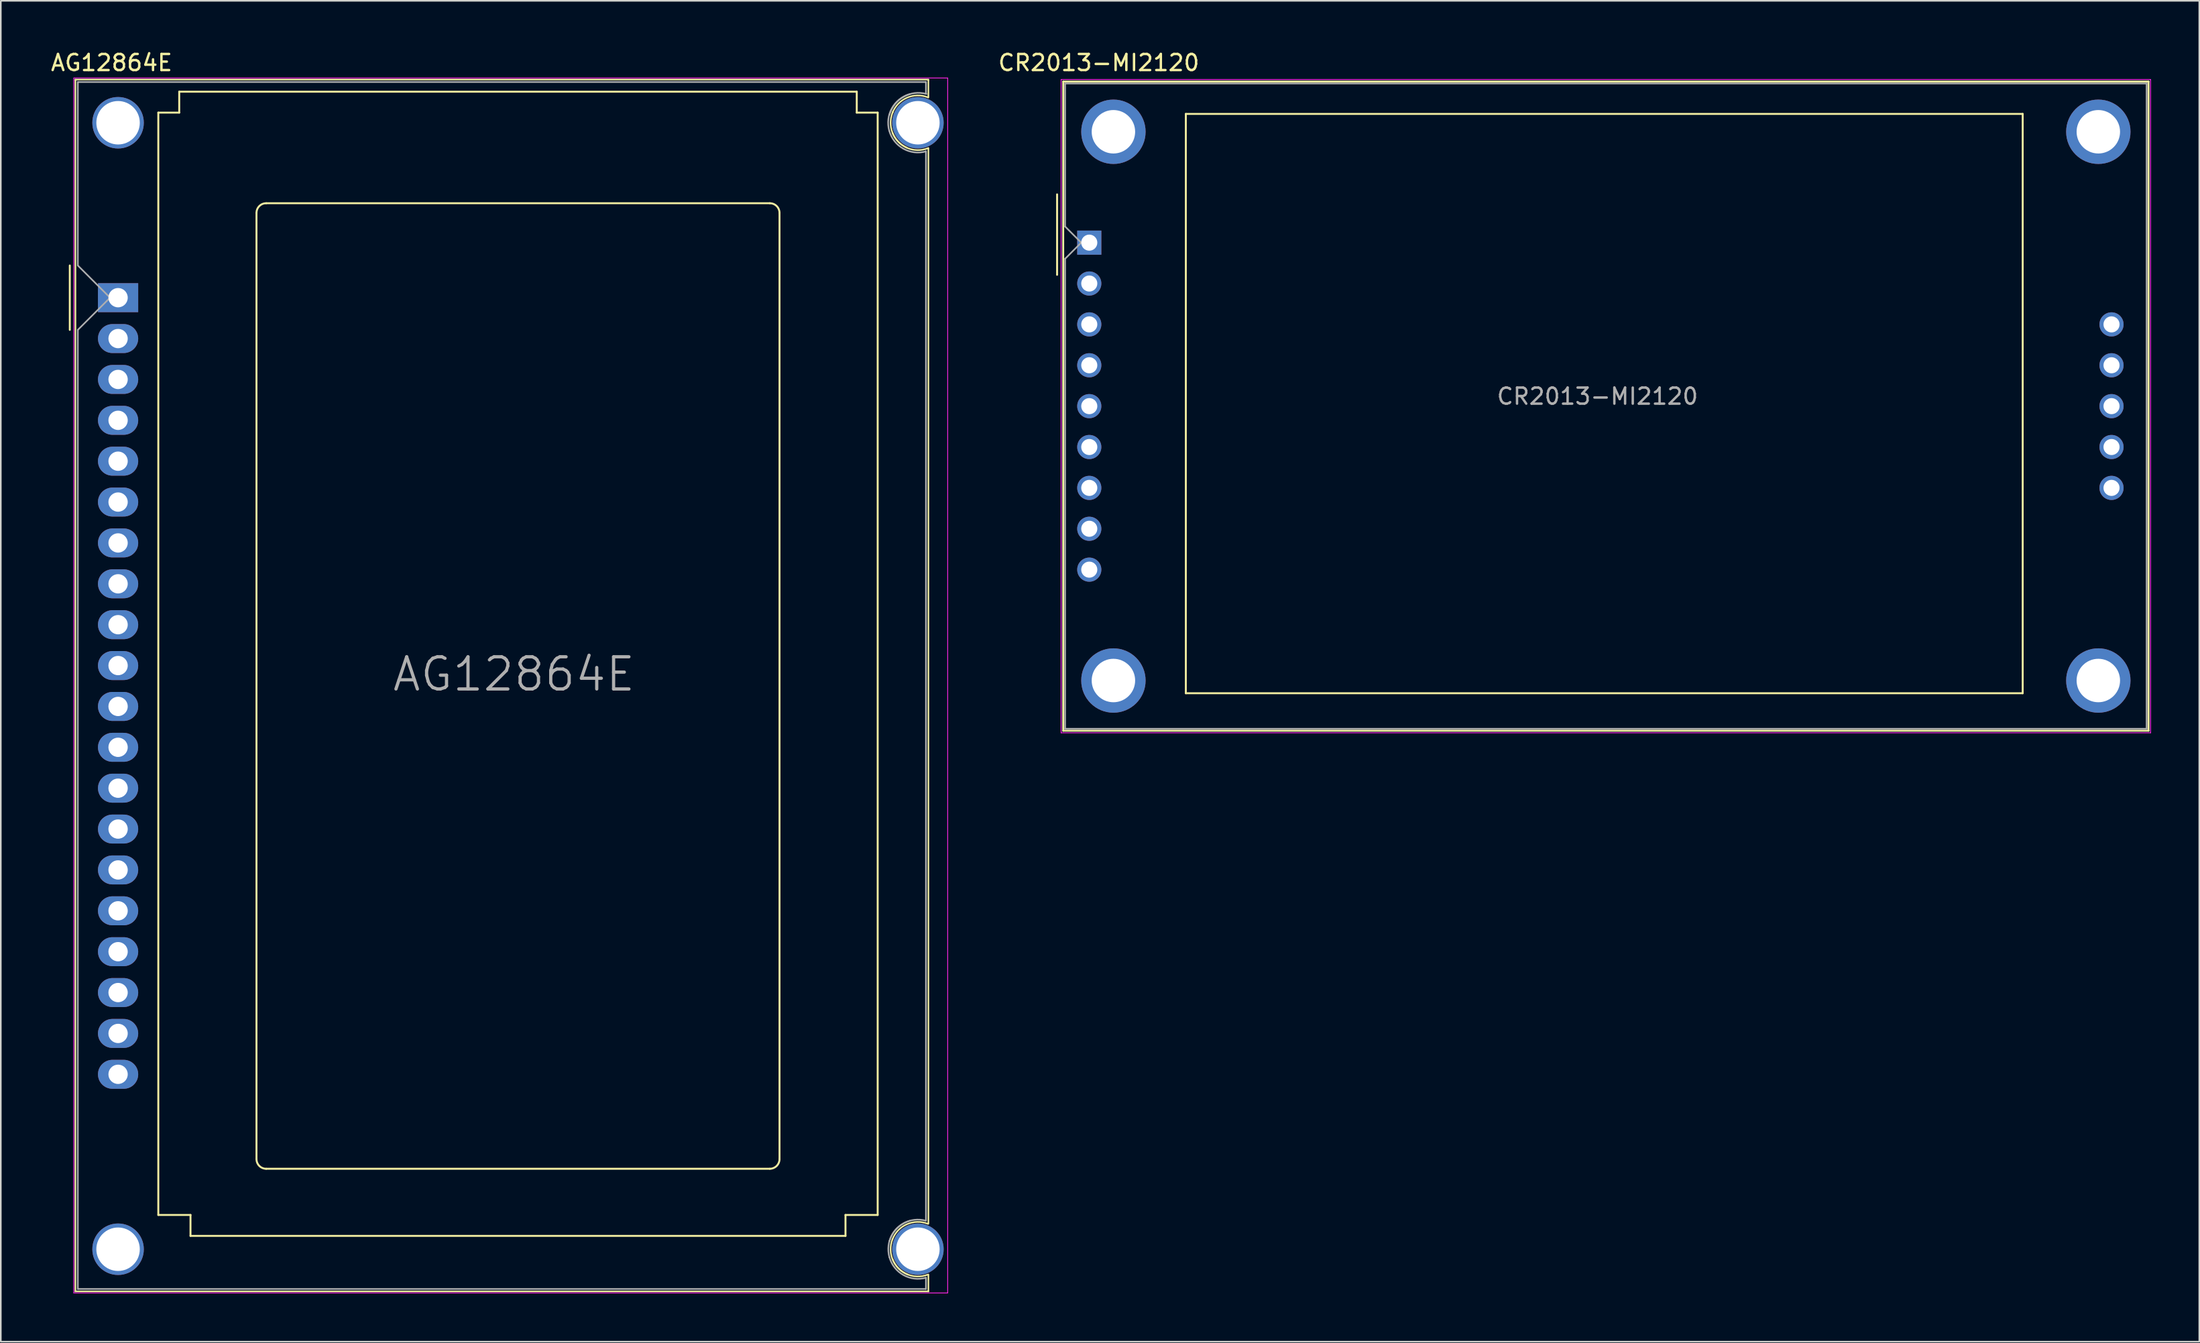
<source format=kicad_pcb>
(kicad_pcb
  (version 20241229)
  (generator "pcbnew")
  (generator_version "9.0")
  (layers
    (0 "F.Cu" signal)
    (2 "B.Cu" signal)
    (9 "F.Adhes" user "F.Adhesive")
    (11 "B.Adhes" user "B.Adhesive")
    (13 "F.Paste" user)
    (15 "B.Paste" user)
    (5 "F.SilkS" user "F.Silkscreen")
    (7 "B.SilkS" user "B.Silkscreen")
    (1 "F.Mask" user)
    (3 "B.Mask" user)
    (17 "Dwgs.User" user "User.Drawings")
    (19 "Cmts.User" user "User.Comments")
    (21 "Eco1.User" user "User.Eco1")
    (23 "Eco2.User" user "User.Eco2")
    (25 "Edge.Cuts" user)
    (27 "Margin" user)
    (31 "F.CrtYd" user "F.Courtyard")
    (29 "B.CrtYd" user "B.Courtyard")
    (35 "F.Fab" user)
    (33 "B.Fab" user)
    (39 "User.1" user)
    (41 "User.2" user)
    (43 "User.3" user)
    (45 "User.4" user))
  (footprint "CR2013-MI2120"
    (layer "F.Cu")
    (at 64.635 12.028)
    (property "Reference" "CR2013-MI2120" (at 0.59 -11.18 0) (layer "F.SilkS") (effects (font (size 1 1) (thickness 0.15))))
    (attr through_hole)
    (fp_line (start -2 -3) (end -2 2) (stroke (width 0.12) (type solid)) (layer "F.SilkS"))
    (fp_line (start -1.62 -10.01) (end 65.82 -10.01) (stroke (width 0.12) (type solid)) (layer "F.SilkS"))
    (fp_line (start -1.62 30.33) (end -1.62 -10.01) (stroke (width 0.12) (type solid)) (layer "F.SilkS"))
    (fp_line (start 6 -8) (end 58 -8) (stroke (width 0.12) (type solid)) (layer "F.SilkS"))
    (fp_line (start 6 28) (end 6 -8) (stroke (width 0.12) (type solid)) (layer "F.SilkS"))
    (fp_line (start 58 -8) (end 58 28) (stroke (width 0.12) (type solid)) (layer "F.SilkS"))
    (fp_line (start 58 28) (end 6 28) (stroke (width 0.12) (type solid)) (layer "F.SilkS"))
    (fp_line (start 65.82 -10.01) (end 65.82 30.33) (stroke (width 0.12) (type solid)) (layer "F.SilkS"))
    (fp_line (start 65.82 30.33) (end -1.62 30.33) (stroke (width 0.12) (type solid)) (layer "F.SilkS"))
    (fp_line (start -1.75 -10.14) (end 65.95 -10.14) (stroke (width 0.05) (type solid)) (layer "F.CrtYd"))
    (fp_line (start -1.75 30.46) (end -1.75 -10.14) (stroke (width 0.05) (type solid)) (layer "F.CrtYd"))
    (fp_line (start 65.95 -10.14) (end 65.95 30.46) (stroke (width 0.05) (type solid)) (layer "F.CrtYd"))
    (fp_line (start 65.95 30.46) (end -1.75 30.46) (stroke (width 0.05) (type solid)) (layer "F.CrtYd"))
    (fp_line (start -1.5 -9.89) (end 65.7 -9.89) (stroke (width 0.1) (type solid)) (layer "F.Fab"))
    (fp_line (start -1.5 -1) (end -1.5 -9.89) (stroke (width 0.1) (type solid)) (layer "F.Fab"))
    (fp_line (start -1.5 1) (end -0.5 0) (stroke (width 0.1) (type solid)) (layer "F.Fab"))
    (fp_line (start -1.5 30.21) (end -1.5 1) (stroke (width 0.1) (type solid)) (layer "F.Fab"))
    (fp_line (start -0.5 0) (end -1.5 -1) (stroke (width 0.1) (type solid)) (layer "F.Fab"))
    (fp_line (start 65.7 -9.89) (end 65.7 30.21) (stroke (width 0.1) (type solid)) (layer "F.Fab"))
    (fp_line (start 65.7 30.21) (end -1.5 30.21) (stroke (width 0.1) (type solid)) (layer "F.Fab"))
    (fp_text user "${REFERENCE}" (at 31.58 9.55 0) (layer "F.Fab") (effects (font (size 1 1) (thickness 0.15))))
    (pad "" thru_hole circle (at 1.5 -6.89) (size 4 4) (drill 2.7) (layers "*.Cu" "*.Mask"))
    (pad "" thru_hole circle (at 1.5 27.21) (size 4 4) (drill 2.7) (layers "*.Cu" "*.Mask"))
    (pad "" thru_hole circle (at 62.7 -6.89) (size 4 4) (drill 2.7) (layers "*.Cu" "*.Mask"))
    (pad "" thru_hole circle (at 62.7 27.21) (size 4 4) (drill 2.7) (layers "*.Cu" "*.Mask"))
    (pad "1" thru_hole rect (at 0 0) (size 1.5 1.5) (drill 1) (layers "*.Cu" "*.Mask"))
    (pad "2" thru_hole circle (at 0 2.54) (size 1.5 1.5) (drill 1) (layers "*.Cu" "*.Mask"))
    (pad "3" thru_hole circle (at 0 5.08) (size 1.5 1.5) (drill 1) (layers "*.Cu" "*.Mask"))
    (pad "4" thru_hole circle (at 0 7.62) (size 1.5 1.5) (drill 1) (layers "*.Cu" "*.Mask"))
    (pad "5" thru_hole circle (at 0 10.16) (size 1.5 1.5) (drill 1) (layers "*.Cu" "*.Mask"))
    (pad "6" thru_hole circle (at 0 12.7) (size 1.5 1.5) (drill 1) (layers "*.Cu" "*.Mask"))
    (pad "7" thru_hole circle (at 0 15.24) (size 1.5 1.5) (drill 1) (layers "*.Cu" "*.Mask"))
    (pad "8" thru_hole circle (at 0 17.78) (size 1.5 1.5) (drill 1) (layers "*.Cu" "*.Mask"))
    (pad "9" thru_hole circle (at 0 20.32) (size 1.5 1.5) (drill 1) (layers "*.Cu" "*.Mask"))
    (pad "10" thru_hole circle (at 63.52 5.08) (size 1.5 1.5) (drill 1) (layers "*.Cu" "*.Mask"))
    (pad "11" thru_hole circle (at 63.52 7.62) (size 1.5 1.5) (drill 1) (layers "*.Cu" "*.Mask"))
    (pad "12" thru_hole circle (at 63.52 10.16) (size 1.5 1.5) (drill 1) (layers "*.Cu" "*.Mask"))
    (pad "13" thru_hole circle (at 63.52 12.7) (size 1.5 1.5) (drill 1) (layers "*.Cu" "*.Mask"))
    (pad "14" thru_hole circle (at 63.52 15.24) (size 1.5 1.5) (drill 1) (layers "*.Cu" "*.Mask")))
  (footprint "AG12864E"
    (layer "F.Cu")
    (at 4.287 15.448)
    (property "Reference" "AG12864E" (at -0.4 -14.6 0) (layer "F.SilkS") (effects (font (size 1 1) (thickness 0.15))))
    (attr through_hole)
    (fp_line (start -3 -2) (end -3 2) (stroke (width 0.12) (type solid)) (layer "F.SilkS"))
    (fp_line (start -2.65 -13.55) (end -2.65 61.75) (stroke (width 0.1) (type solid)) (layer "F.SilkS"))
    (fp_line (start -2.65 61.75) (end 50.35 61.75) (stroke (width 0.1) (type solid)) (layer "F.SilkS"))
    (fp_line (start 2.5 57) (end 2.5 -11.5) (stroke (width 0.12) (type solid)) (layer "F.SilkS"))
    (fp_line (start 2.5 57) (end 4.5 57) (stroke (width 0.12) (type solid)) (layer "F.SilkS"))
    (fp_line (start 3.8 -12.8) (end 3.8 -11.5) (stroke (width 0.12) (type solid)) (layer "F.SilkS"))
    (fp_line (start 3.8 -12.8) (end 45.9 -12.8) (stroke (width 0.12) (type solid)) (layer "F.SilkS"))
    (fp_line (start 3.8 -11.5) (end 2.5 -11.5) (stroke (width 0.12) (type solid)) (layer "F.SilkS"))
    (fp_line (start 4.5 57) (end 4.5 58.3) (stroke (width 0.12) (type solid)) (layer "F.SilkS"))
    (fp_line (start 8.6 -5.27) (end 8.6 53.53) (stroke (width 0.12) (type solid)) (layer "F.SilkS"))
    (fp_line (start 9.2 54.13) (end 40.5 54.13) (stroke (width 0.12) (type solid)) (layer "F.SilkS"))
    (fp_line (start 40.5 -5.87) (end 9.21 -5.87) (stroke (width 0.12) (type solid)) (layer "F.SilkS"))
    (fp_line (start 41.1 53.53) (end 41.1 -5.27) (stroke (width 0.12) (type solid)) (layer "F.SilkS"))
    (fp_line (start 45.2 57) (end 45.2 58.3) (stroke (width 0.12) (type solid)) (layer "F.SilkS"))
    (fp_line (start 45.2 58.3) (end 4.5 58.3) (stroke (width 0.12) (type solid)) (layer "F.SilkS"))
    (fp_line (start 45.9 -11.5) (end 45.9 -12.8) (stroke (width 0.12) (type solid)) (layer "F.SilkS"))
    (fp_line (start 47.2 -11.5) (end 45.9 -11.5) (stroke (width 0.12) (type solid)) (layer "F.SilkS"))
    (fp_line (start 47.2 -11.5) (end 47.2 57) (stroke (width 0.12) (type solid)) (layer "F.SilkS"))
    (fp_line (start 47.2 57) (end 45.2 57) (stroke (width 0.12) (type solid)) (layer "F.SilkS"))
    (fp_line (start 50.35 -13.55) (end -2.65 -13.55) (stroke (width 0.1) (type solid)) (layer "F.SilkS"))
    (fp_line (start 50.35 -13.54) (end 50.35 -12.44) (stroke (width 0.1) (type solid)) (layer "F.SilkS"))
    (fp_line (start 50.35 57.55) (end 50.35 -9.3) (stroke (width 0.1) (type solid)) (layer "F.SilkS"))
    (fp_line (start 50.35 61.75) (end 50.35 60.7) (stroke (width 0.1) (type solid)) (layer "F.SilkS"))
    (fp_arc (start 8.6 -5.27) (mid 8.775736 -5.694264) (end 9.2 -5.87) (stroke (width 0.12) (type solid)) (layer "F.SilkS"))
    (fp_arc (start 9.2 54.13) (mid 8.775736 53.954264) (end 8.6 53.53) (stroke (width 0.12) (type solid)) (layer "F.SilkS"))
    (fp_arc (start 40.5 -5.87) (mid 40.924264 -5.694264) (end 41.1 -5.27) (stroke (width 0.12) (type solid)) (layer "F.SilkS"))
    (fp_arc (start 41.1 53.53) (mid 40.924264 53.954264) (end 40.5 54.13) (stroke (width 0.12) (type solid)) (layer "F.SilkS"))
    (fp_arc (start 48.12 -11.49) (mid 49.021177 -12.425635) (end 50.32 -12.45) (stroke (width 0.1) (type solid)) (layer "F.SilkS"))
    (fp_arc (start 48.12 58.51) (mid 49.021177 57.574365) (end 50.32 57.55) (stroke (width 0.1) (type solid)) (layer "F.SilkS"))
    (fp_arc (start 49.01 -9.32) (mid 48.116081 -10.261888) (end 48.15 -11.56) (stroke (width 0.1) (type solid)) (layer "F.SilkS"))
    (fp_arc (start 49.08 60.71) (mid 48.144365 59.808823) (end 48.12 58.51) (stroke (width 0.1) (type solid)) (layer "F.SilkS"))
    (fp_arc (start 50.31 60.71) (mid 49.014106 60.678564) (end 48.12 59.74) (stroke (width 0.1) (type solid)) (layer "F.SilkS"))
    (fp_arc (start 50.33 -9.29) (mid 49.028249 -9.307294) (end 48.12 -10.24) (stroke (width 0.1) (type solid)) (layer "F.SilkS"))
    (fp_line (start -2.75 -13.65) (end -2.75 61.85) (stroke (width 0.05) (type solid)) (layer "F.CrtYd"))
    (fp_line (start -2.75 -13.65) (end 51.55 -13.65) (stroke (width 0.05) (type solid)) (layer "F.CrtYd"))
    (fp_line (start -2.75 61.85) (end 51.55 61.85) (stroke (width 0.05) (type solid)) (layer "F.CrtYd"))
    (fp_line (start 51.55 -13.65) (end 51.55 61.85) (stroke (width 0.05) (type solid)) (layer "F.CrtYd"))
    (fp_line (start -2.5 -13.4) (end -2.5 -2) (stroke (width 0.1) (type solid)) (layer "F.Fab"))
    (fp_line (start -2.5 -13.4) (end 50.2 -13.4) (stroke (width 0.1) (type solid)) (layer "F.Fab"))
    (fp_line (start -2.5 -2) (end -0.5 0) (stroke (width 0.1) (type solid)) (layer "F.Fab"))
    (fp_line (start -2.5 2) (end -2.5 61.6) (stroke (width 0.1) (type solid)) (layer "F.Fab"))
    (fp_line (start -2.5 61.6) (end 50.2 61.6) (stroke (width 0.1) (type solid)) (layer "F.Fab"))
    (fp_line (start -0.5 0) (end -2.5 2) (stroke (width 0.1) (type solid)) (layer "F.Fab"))
    (fp_line (start 50.2 -13.4) (end 50.2 -12.7) (stroke (width 0.1) (type solid)) (layer "F.Fab"))
    (fp_line (start 50.2 -9.1) (end 50.2 57.35) (stroke (width 0.1) (type solid)) (layer "F.Fab"))
    (fp_line (start 50.2 61.6) (end 50.2 60.9) (stroke (width 0.1) (type solid)) (layer "F.Fab"))
    (fp_arc (start 47.92 -10.37) (mid 48.087797 -11.775097) (end 49.2 -12.65) (stroke (width 0.1) (type solid)) (layer "F.Fab"))
    (fp_arc (start 47.93 -11.36) (mid 48.810761 -12.486346) (end 50.23 -12.66) (stroke (width 0.1) (type solid)) (layer "F.Fab"))
    (fp_arc (start 47.93 58.63) (mid 48.801974 57.524868) (end 50.2 57.36) (stroke (width 0.1) (type solid)) (layer "F.Fab"))
    (fp_arc (start 47.93 59.63) (mid 48.094868 58.231974) (end 49.2 57.36) (stroke (width 0.1) (type solid)) (layer "F.Fab"))
    (fp_arc (start 50.2 -9.09) (mid 48.794903 -9.257797) (end 47.92 -10.37) (stroke (width 0.1) (type solid)) (layer "F.Fab"))
    (fp_arc (start 50.2 60.9) (mid 48.801974 60.735132) (end 47.93 59.63) (stroke (width 0.1) (type solid)) (layer "F.Fab"))
    (fp_text user "${REFERENCE}" (at 24.6 23.4 0) (layer "F.Fab") (effects (font (size 2 2) (thickness 0.2))))
    (pad "" thru_hole circle (at 0 -10.87 270) (size 3.2 3.2) (drill 2.7) (layers "*.Cu" "*.Mask"))
    (pad "" thru_hole circle (at 0 59.13 270) (size 3.2 3.2) (drill 2.7) (layers "*.Cu" "*.Mask"))
    (pad "" thru_hole circle (at 49.7 -10.87 270) (size 3.2 3.2) (drill 2.7) (layers "*.Cu" "*.Mask"))
    (pad "" thru_hole circle (at 49.7 59.13 270) (size 3.2 3.2) (drill 2.7) (layers "*.Cu" "*.Mask"))
    (pad "1" thru_hole rect (at 0 0 270) (size 1.8 2.5) (drill 1.2) (layers "*.Cu" "*.Mask"))
    (pad "2" thru_hole oval (at 0 2.54 270) (size 1.8 2.5) (drill 1.2) (layers "*.Cu" "*.Mask"))
    (pad "3" thru_hole oval (at 0 5.08 270) (size 1.8 2.5) (drill 1.2) (layers "*.Cu" "*.Mask"))
    (pad "4" thru_hole oval (at 0 7.62 270) (size 1.8 2.5) (drill 1.2) (layers "*.Cu" "*.Mask"))
    (pad "5" thru_hole oval (at 0 10.16 270) (size 1.8 2.5) (drill 1.2) (layers "*.Cu" "*.Mask"))
    (pad "6" thru_hole oval (at 0 12.7 270) (size 1.8 2.5) (drill 1.2) (layers "*.Cu" "*.Mask"))
    (pad "7" thru_hole oval (at 0 15.24 270) (size 1.8 2.5) (drill 1.2) (layers "*.Cu" "*.Mask"))
    (pad "8" thru_hole oval (at 0 17.78 270) (size 1.8 2.5) (drill 1.2) (layers "*.Cu" "*.Mask"))
    (pad "9" thru_hole oval (at 0 20.32 270) (size 1.8 2.5) (drill 1.2) (layers "*.Cu" "*.Mask"))
    (pad "10" thru_hole oval (at 0 22.86 270) (size 1.8 2.5) (drill 1.2) (layers "*.Cu" "*.Mask"))
    (pad "11" thru_hole oval (at 0 25.4 270) (size 1.8 2.5) (drill 1.2) (layers "*.Cu" "*.Mask"))
    (pad "12" thru_hole oval (at 0 27.94 270) (size 1.8 2.5) (drill 1.2) (layers "*.Cu" "*.Mask"))
    (pad "13" thru_hole oval (at 0 30.48 270) (size 1.8 2.5) (drill 1.2) (layers "*.Cu" "*.Mask"))
    (pad "14" thru_hole oval (at 0 33.02 270) (size 1.8 2.5) (drill 1.2) (layers "*.Cu" "*.Mask"))
    (pad "15" thru_hole oval (at 0 35.56 270) (size 1.8 2.5) (drill 1.2) (layers "*.Cu" "*.Mask"))
    (pad "16" thru_hole oval (at 0 38.1 270) (size 1.8 2.5) (drill 1.2) (layers "*.Cu" "*.Mask"))
    (pad "17" thru_hole oval (at 0 40.64 270) (size 1.8 2.5) (drill 1.2) (layers "*.Cu" "*.Mask"))
    (pad "18" thru_hole oval (at 0 43.18 270) (size 1.8 2.5) (drill 1.2) (layers "*.Cu" "*.Mask"))
    (pad "19" thru_hole oval (at 0 45.72 270) (size 1.8 2.5) (drill 1.2) (layers "*.Cu" "*.Mask"))
    (pad "20" thru_hole oval (at 0 48.26 270) (size 1.8 2.5) (drill 1.2) (layers "*.Cu" "*.Mask")))
  (gr_rect
    (start -3 -3)
    (end 133.61 80.323)
    (stroke (width 0.1) (type default))
    (fill no)
    (layer "Edge.Cuts")))
</source>
